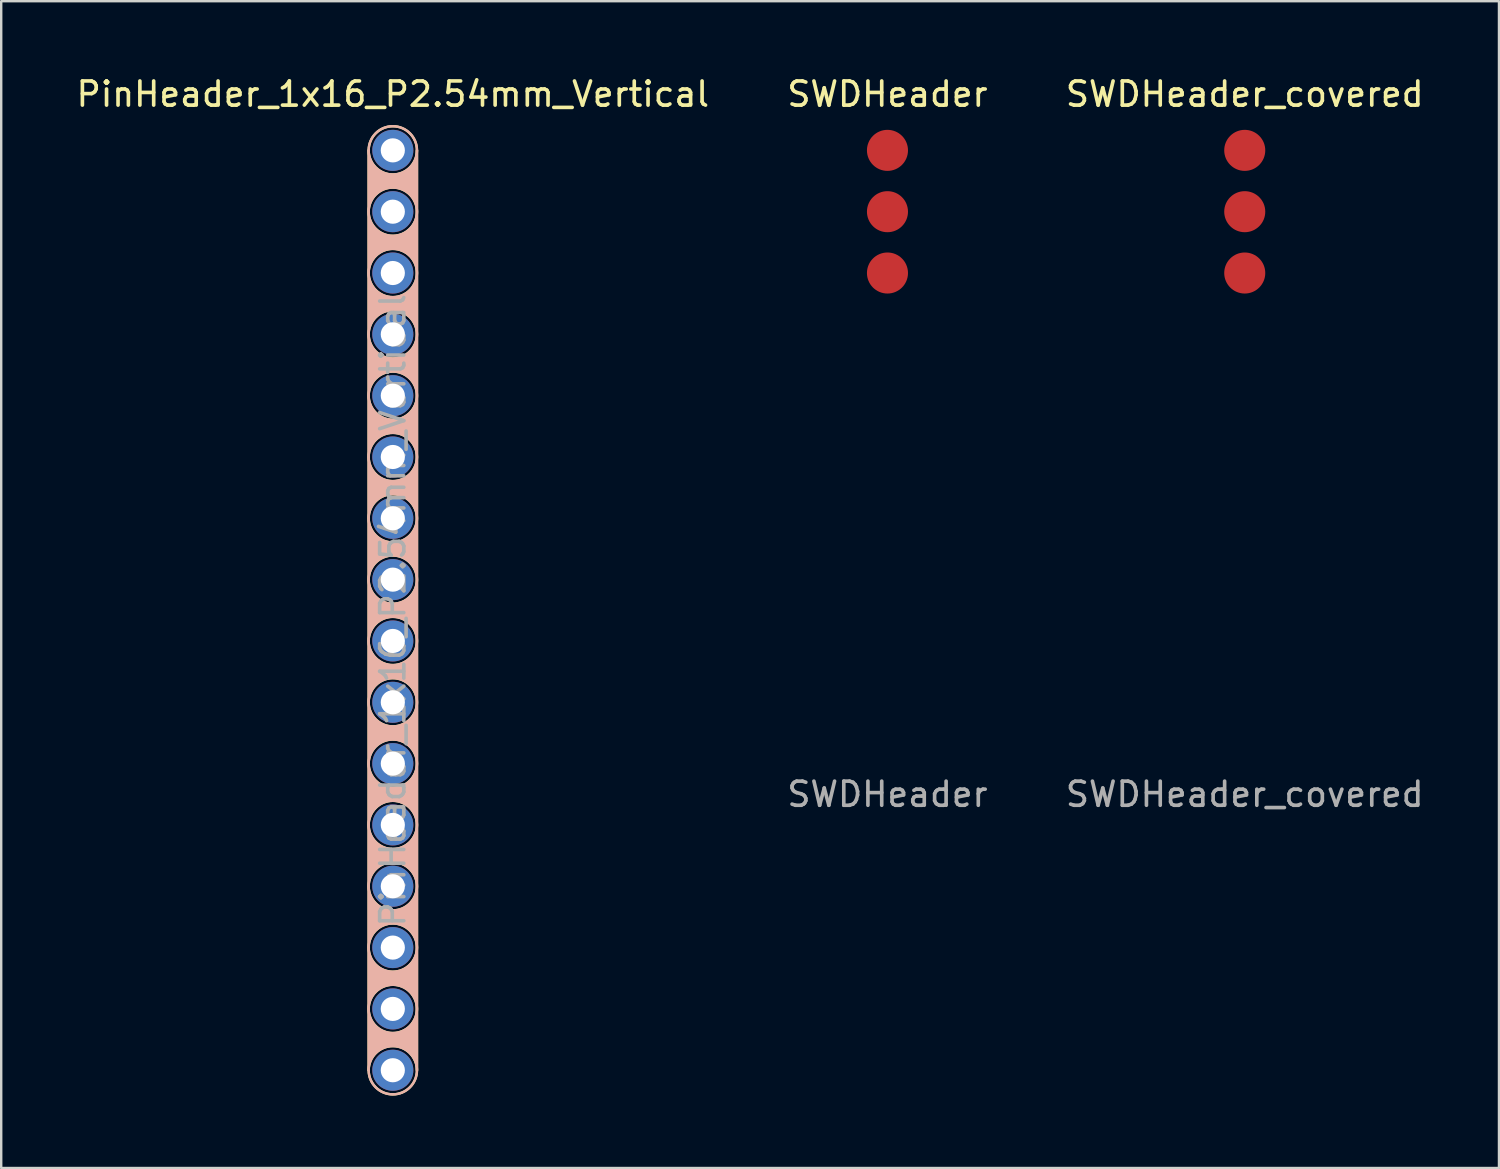
<source format=kicad_pcb>
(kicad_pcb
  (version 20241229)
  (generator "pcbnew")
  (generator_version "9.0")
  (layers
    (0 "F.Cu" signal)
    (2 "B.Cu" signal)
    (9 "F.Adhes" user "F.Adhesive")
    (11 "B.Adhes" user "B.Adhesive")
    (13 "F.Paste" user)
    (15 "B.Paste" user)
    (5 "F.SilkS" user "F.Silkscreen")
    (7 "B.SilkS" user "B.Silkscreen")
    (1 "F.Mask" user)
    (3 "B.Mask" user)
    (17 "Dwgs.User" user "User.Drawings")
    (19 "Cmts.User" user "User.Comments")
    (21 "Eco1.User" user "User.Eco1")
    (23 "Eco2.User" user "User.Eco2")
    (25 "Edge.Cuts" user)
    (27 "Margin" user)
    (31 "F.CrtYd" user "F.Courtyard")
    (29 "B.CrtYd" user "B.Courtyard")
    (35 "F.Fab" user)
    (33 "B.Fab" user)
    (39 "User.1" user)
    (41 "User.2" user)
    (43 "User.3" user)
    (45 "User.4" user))
  (footprint "PinHeader_1x16_P2.54mm_Vertical"
    (layer "F.Cu")
    (at 13.22 3.178)
    (property "Reference" "PinHeader_1x16_P2.54mm_Vertical" (at 0 -2.33 0) (layer "F.SilkS") (effects (font (size 1 1) (thickness 0.15))))
    (attr through_hole)
    (fp_line (start -1 0) (end -1 38.1) (stroke (width 0.1) (type default)) (layer "F.SilkS"))
    (fp_line (start 1 38.1) (end 1 0) (stroke (width 0.1) (type default)) (layer "F.SilkS"))
    (fp_circle (center 0 0) (end 1 0) (stroke (width 0.1) (type default)) (fill no) (layer "F.SilkS"))
    (fp_circle (center 0 2.54) (end 1 2.54) (stroke (width 0.1) (type default)) (fill no) (layer "F.SilkS"))
    (fp_circle (center 0 5.08) (end 1 5.08) (stroke (width 0.1) (type default)) (fill no) (layer "F.SilkS"))
    (fp_circle (center 0 7.62) (end 1 7.62) (stroke (width 0.1) (type default)) (fill no) (layer "F.SilkS"))
    (fp_circle (center 0 10.16) (end 1 10.16) (stroke (width 0.1) (type default)) (fill no) (layer "F.SilkS"))
    (fp_circle (center 0 12.7) (end 1 12.7) (stroke (width 0.1) (type default)) (fill no) (layer "F.SilkS"))
    (fp_circle (center 0 15.24) (end 1 15.24) (stroke (width 0.1) (type default)) (fill no) (layer "F.SilkS"))
    (fp_circle (center 0 17.78) (end 1 17.78) (stroke (width 0.1) (type default)) (fill no) (layer "F.SilkS"))
    (fp_circle (center 0 20.32) (end 1 20.32) (stroke (width 0.1) (type default)) (fill no) (layer "F.SilkS"))
    (fp_circle (center 0 22.86) (end 1 22.86) (stroke (width 0.1) (type default)) (fill no) (layer "F.SilkS"))
    (fp_circle (center 0 25.4) (end 1 25.4) (stroke (width 0.1) (type default)) (fill no) (layer "F.SilkS"))
    (fp_circle (center 0 27.94) (end 1 27.94) (stroke (width 0.1) (type default)) (fill no) (layer "F.SilkS"))
    (fp_circle (center 0 30.48) (end 1 30.48) (stroke (width 0.1) (type default)) (fill no) (layer "F.SilkS"))
    (fp_circle (center 0 33.02) (end 1 33.02) (stroke (width 0.1) (type default)) (fill no) (layer "F.SilkS"))
    (fp_circle (center 0 35.56) (end 1 35.56) (stroke (width 0.1) (type default)) (fill no) (layer "F.SilkS"))
    (fp_circle (center 0 38.1) (end 1 38.1) (stroke (width 0.1) (type default)) (fill no) (layer "F.SilkS"))
    (fp_poly (pts (arc (start 1 2.54) (mid 0 1.54) (end -1 2.54)) (arc (start -1 0) (mid 0 1) (end 1 0))) (stroke (width 0) (type solid)) (fill yes) (layer "F.SilkS"))
    (fp_poly (pts (arc (start 1 5.08) (mid 0 4.08) (end -1 5.08)) (arc (start -1 2.54) (mid 0 3.54) (end 1 2.54))) (stroke (width 0) (type solid)) (fill yes) (layer "F.SilkS"))
    (fp_poly (pts (arc (start 1 7.62) (mid 0 6.62) (end -1 7.62)) (arc (start -1 5.08) (mid 0 6.08) (end 1 5.08))) (stroke (width 0) (type solid)) (fill yes) (layer "F.SilkS"))
    (fp_poly (pts (arc (start 1 10.16) (mid 0 9.16) (end -1 10.16)) (arc (start -1 7.62) (mid 0 8.62) (end 1 7.62))) (stroke (width 0) (type solid)) (fill yes) (layer "F.SilkS"))
    (fp_poly (pts (arc (start 1 12.7) (mid 0 11.7) (end -1 12.7)) (arc (start -1 10.16) (mid 0 11.16) (end 1 10.16))) (stroke (width 0) (type solid)) (fill yes) (layer "F.SilkS"))
    (fp_poly (pts (arc (start 1 15.24) (mid 0 14.24) (end -1 15.24)) (arc (start -1 12.7) (mid 0 13.7) (end 1 12.7))) (stroke (width 0) (type solid)) (fill yes) (layer "F.SilkS"))
    (fp_poly (pts (arc (start 1 17.78) (mid 0 16.78) (end -1 17.78)) (arc (start -1 15.24) (mid 0 16.24) (end 1 15.24))) (stroke (width 0) (type solid)) (fill yes) (layer "F.SilkS"))
    (fp_poly (pts (arc (start 1 20.32) (mid 0 19.32) (end -1 20.32)) (arc (start -1 17.78) (mid 0 18.78) (end 1 17.78))) (stroke (width 0) (type solid)) (fill yes) (layer "F.SilkS"))
    (fp_poly (pts (arc (start 1 22.86) (mid 0 21.86) (end -1 22.86)) (arc (start -1 20.32) (mid 0 21.32) (end 1 20.32))) (stroke (width 0) (type solid)) (fill yes) (layer "F.SilkS"))
    (fp_poly (pts (arc (start 1 25.4) (mid 0 24.4) (end -1 25.4)) (arc (start -1 22.86) (mid 0 23.86) (end 1 22.86))) (stroke (width 0) (type solid)) (fill yes) (layer "F.SilkS"))
    (fp_poly (pts (arc (start 1 27.94) (mid 0 26.94) (end -1 27.94)) (arc (start -1 25.4) (mid 0 26.4) (end 1 25.4))) (stroke (width 0) (type solid)) (fill yes) (layer "F.SilkS"))
    (fp_poly (pts (arc (start 1 30.48) (mid 0 29.48) (end -1 30.48)) (arc (start -1 27.94) (mid 0 28.94) (end 1 27.94))) (stroke (width 0) (type solid)) (fill yes) (layer "F.SilkS"))
    (fp_poly (pts (arc (start 1 33.02) (mid 0 32.02) (end -1 33.02)) (arc (start -1 30.48) (mid 0 31.48) (end 1 30.48))) (stroke (width 0) (type solid)) (fill yes) (layer "F.SilkS"))
    (fp_poly (pts (arc (start 1 35.56) (mid 0 34.56) (end -1 35.56)) (arc (start -1 33.02) (mid 0 34.02) (end 1 33.02))) (stroke (width 0) (type solid)) (fill yes) (layer "F.SilkS"))
    (fp_poly (pts (arc (start 1 38.1) (mid 0 37.1) (end -1 38.1)) (arc (start -1 35.56) (mid 0 36.56) (end 1 35.56))) (stroke (width 0) (type solid)) (fill yes) (layer "F.SilkS"))
    (fp_line (start -1 0) (end -1 38.1) (stroke (width 0.1) (type default)) (layer "B.SilkS"))
    (fp_line (start 1 38.1) (end 1 0) (stroke (width 0.1) (type default)) (layer "B.SilkS"))
    (fp_circle (center 0 0) (end -1 0) (stroke (width 0.1) (type default)) (fill no) (layer "B.SilkS"))
    (fp_circle (center 0 2.54) (end -1 2.54) (stroke (width 0.1) (type default)) (fill no) (layer "B.SilkS"))
    (fp_circle (center 0 5.08) (end -1 5.08) (stroke (width 0.1) (type default)) (fill no) (layer "B.SilkS"))
    (fp_circle (center 0 7.62) (end -1 7.62) (stroke (width 0.1) (type default)) (fill no) (layer "B.SilkS"))
    (fp_circle (center 0 10.16) (end -1 10.16) (stroke (width 0.1) (type default)) (fill no) (layer "B.SilkS"))
    (fp_circle (center 0 12.7) (end -1 12.7) (stroke (width 0.1) (type default)) (fill no) (layer "B.SilkS"))
    (fp_circle (center 0 15.24) (end -1 15.24) (stroke (width 0.1) (type default)) (fill no) (layer "B.SilkS"))
    (fp_circle (center 0 17.78) (end -1 17.78) (stroke (width 0.1) (type default)) (fill no) (layer "B.SilkS"))
    (fp_circle (center 0 20.32) (end -1 20.32) (stroke (width 0.1) (type default)) (fill no) (layer "B.SilkS"))
    (fp_circle (center 0 22.86) (end -1 22.86) (stroke (width 0.1) (type default)) (fill no) (layer "B.SilkS"))
    (fp_circle (center 0 25.4) (end -1 25.4) (stroke (width 0.1) (type default)) (fill no) (layer "B.SilkS"))
    (fp_circle (center 0 27.94) (end -1 27.94) (stroke (width 0.1) (type default)) (fill no) (layer "B.SilkS"))
    (fp_circle (center 0 30.48) (end -1 30.48) (stroke (width 0.1) (type default)) (fill no) (layer "B.SilkS"))
    (fp_circle (center 0 33.02) (end -1 33.02) (stroke (width 0.1) (type default)) (fill no) (layer "B.SilkS"))
    (fp_circle (center 0 35.56) (end -1 35.56) (stroke (width 0.1) (type default)) (fill no) (layer "B.SilkS"))
    (fp_circle (center 0 38.1) (end -1 38.1) (stroke (width 0.1) (type default)) (fill no) (layer "B.SilkS"))
    (fp_poly (pts (arc (start -1 2.54) (mid 0 1.54) (end 1 2.54)) (arc (start 1 0) (mid 0 1) (end -1 0))) (stroke (width 0) (type solid)) (fill yes) (layer "B.SilkS"))
    (fp_poly (pts (arc (start -1 5.08) (mid 0 4.08) (end 1 5.08)) (arc (start 1 2.54) (mid 0 3.54) (end -1 2.54))) (stroke (width 0) (type solid)) (fill yes) (layer "B.SilkS"))
    (fp_poly (pts (arc (start -1 7.62) (mid 0 6.62) (end 1 7.62)) (arc (start 1 5.08) (mid 0 6.08) (end -1 5.08))) (stroke (width 0) (type solid)) (fill yes) (layer "B.SilkS"))
    (fp_poly (pts (arc (start -1 10.16) (mid 0 9.16) (end 1 10.16)) (arc (start 1 7.62) (mid 0 8.62) (end -1 7.62))) (stroke (width 0) (type solid)) (fill yes) (layer "B.SilkS"))
    (fp_poly (pts (arc (start -1 12.7) (mid 0 11.7) (end 1 12.7)) (arc (start 1 10.16) (mid 0 11.16) (end -1 10.16))) (stroke (width 0) (type solid)) (fill yes) (layer "B.SilkS"))
    (fp_poly (pts (arc (start -1 15.24) (mid 0 14.24) (end 1 15.24)) (arc (start 1 12.7) (mid 0 13.7) (end -1 12.7))) (stroke (width 0) (type solid)) (fill yes) (layer "B.SilkS"))
    (fp_poly (pts (arc (start -1 17.78) (mid 0 16.78) (end 1 17.78)) (arc (start 1 15.24) (mid 0 16.24) (end -1 15.24))) (stroke (width 0) (type solid)) (fill yes) (layer "B.SilkS"))
    (fp_poly (pts (arc (start -1 20.32) (mid 0 19.32) (end 1 20.32)) (arc (start 1 17.78) (mid 0 18.78) (end -1 17.78))) (stroke (width 0) (type solid)) (fill yes) (layer "B.SilkS"))
    (fp_poly (pts (arc (start -1 22.86) (mid 0 21.86) (end 1 22.86)) (arc (start 1 20.32) (mid 0 21.32) (end -1 20.32))) (stroke (width 0) (type solid)) (fill yes) (layer "B.SilkS"))
    (fp_poly (pts (arc (start -1 25.4) (mid 0 24.4) (end 1 25.4)) (arc (start 1 22.86) (mid 0 23.86) (end -1 22.86))) (stroke (width 0) (type solid)) (fill yes) (layer "B.SilkS"))
    (fp_poly (pts (arc (start -1 27.94) (mid 0 26.94) (end 1 27.94)) (arc (start 1 25.4) (mid 0 26.4) (end -1 25.4))) (stroke (width 0) (type solid)) (fill yes) (layer "B.SilkS"))
    (fp_poly (pts (arc (start -1 30.48) (mid 0 29.48) (end 1 30.48)) (arc (start 1 27.94) (mid 0 28.94) (end -1 27.94))) (stroke (width 0) (type solid)) (fill yes) (layer "B.SilkS"))
    (fp_poly (pts (arc (start -1 33.02) (mid 0 32.02) (end 1 33.02)) (arc (start 1 30.48) (mid 0 31.48) (end -1 30.48))) (stroke (width 0) (type solid)) (fill yes) (layer "B.SilkS"))
    (fp_poly (pts (arc (start -1 35.56) (mid 0 34.56) (end 1 35.56)) (arc (start 1 33.02) (mid 0 34.02) (end -1 33.02))) (stroke (width 0) (type solid)) (fill yes) (layer "B.SilkS"))
    (fp_poly (pts (arc (start -1 38.1) (mid 0 37.1) (end 1 38.1)) (arc (start 1 35.56) (mid 0 36.56) (end -1 35.56))) (stroke (width 0) (type solid)) (fill yes) (layer "B.SilkS"))
    (fp_text user "${REFERENCE}" (at 0 19.05 270) (layer "F.Fab") (effects (font (size 1 1) (thickness 0.15))))
    (pad "1" thru_hole circle (at 0 0) (size 1.7 1.7) (drill 1) (layers "*.Cu" "*.Mask"))
    (pad "2" thru_hole oval (at 0 2.54) (size 1.7 1.7) (drill 1) (layers "*.Cu" "*.Mask"))
    (pad "3" thru_hole oval (at 0 5.08) (size 1.7 1.7) (drill 1) (layers "*.Cu" "*.Mask"))
    (pad "4" thru_hole oval (at 0 7.62) (size 1.7 1.7) (drill 1) (layers "*.Cu" "*.Mask"))
    (pad "5" thru_hole oval (at 0 10.16) (size 1.7 1.7) (drill 1) (layers "*.Cu" "*.Mask"))
    (pad "6" thru_hole oval (at 0 12.7) (size 1.7 1.7) (drill 1) (layers "*.Cu" "*.Mask"))
    (pad "7" thru_hole oval (at 0 15.24) (size 1.7 1.7) (drill 1) (layers "*.Cu" "*.Mask"))
    (pad "8" thru_hole oval (at 0 17.78) (size 1.7 1.7) (drill 1) (layers "*.Cu" "*.Mask"))
    (pad "9" thru_hole oval (at 0 20.32) (size 1.7 1.7) (drill 1) (layers "*.Cu" "*.Mask"))
    (pad "10" thru_hole oval (at 0 22.86) (size 1.7 1.7) (drill 1) (layers "*.Cu" "*.Mask"))
    (pad "11" thru_hole oval (at 0 25.4) (size 1.7 1.7) (drill 1) (layers "*.Cu" "*.Mask"))
    (pad "12" thru_hole oval (at 0 27.94) (size 1.7 1.7) (drill 1) (layers "*.Cu" "*.Mask"))
    (pad "13" thru_hole oval (at 0 30.48) (size 1.7 1.7) (drill 1) (layers "*.Cu" "*.Mask"))
    (pad "14" thru_hole oval (at 0 33.02) (size 1.7 1.7) (drill 1) (layers "*.Cu" "*.Mask"))
    (pad "15" thru_hole oval (at 0 35.56) (size 1.7 1.7) (drill 1) (layers "*.Cu" "*.Mask"))
    (pad "16" thru_hole oval (at 0 38.1) (size 1.7 1.7) (drill 1) (layers "*.Cu" "*.Mask")))
  (footprint "SWDHeader"
    (layer "F.Cu")
    (at 33.708 3.178)
    (property "Reference" "SWDHeader" (at 0 -2.33 0) (layer "F.SilkS") (effects (font (size 1 1) (thickness 0.15))))
    (attr through_hole)
    (fp_text user "${REFERENCE}" (at 0 26.67 180) (layer "F.Fab") (effects (font (size 1 1) (thickness 0.15))))
    (pad "SWDCLK" smd oval (at 0 2.54) (size 1.7 1.7) (layers "F.Cu" "F.Mask" "F.Paste"))
    (pad "SWDGND" smd oval (at 0 5.08) (size 1.7 1.7) (layers "F.Cu" "F.Mask" "F.Paste"))
    (pad "SWDIO" smd circle (at 0 0) (size 1.7 1.7) (layers "F.Cu" "F.Mask" "F.Paste")))
  (footprint "SWDHeader_covered"
    (layer "F.Cu")
    (at 48.506 3.178)
    (property "Reference" "SWDHeader_covered" (at 0 -2.33 0) (layer "F.SilkS") (effects (font (size 1 1) (thickness 0.15))))
    (attr through_hole dnp)
    (fp_text user "${REFERENCE}" (at 0 26.67 0) (layer "F.Fab") (effects (font (size 1 1) (thickness 0.15))))
    (pad "SWDCLK" smd oval (at 0 2.54) (size 1.7 1.7) (layers "F.Cu"))
    (pad "SWDGND" smd oval (at 0 5.08) (size 1.7 1.7) (layers "F.Cu"))
    (pad "SWDIO" smd circle (at 0 0) (size 1.7 1.7) (layers "F.Cu")))
  (gr_rect
    (start -3 -3)
    (end 59.036 45.328)
    (stroke (width 0.1) (type default))
    (fill no)
    (layer "Edge.Cuts")))
</source>
